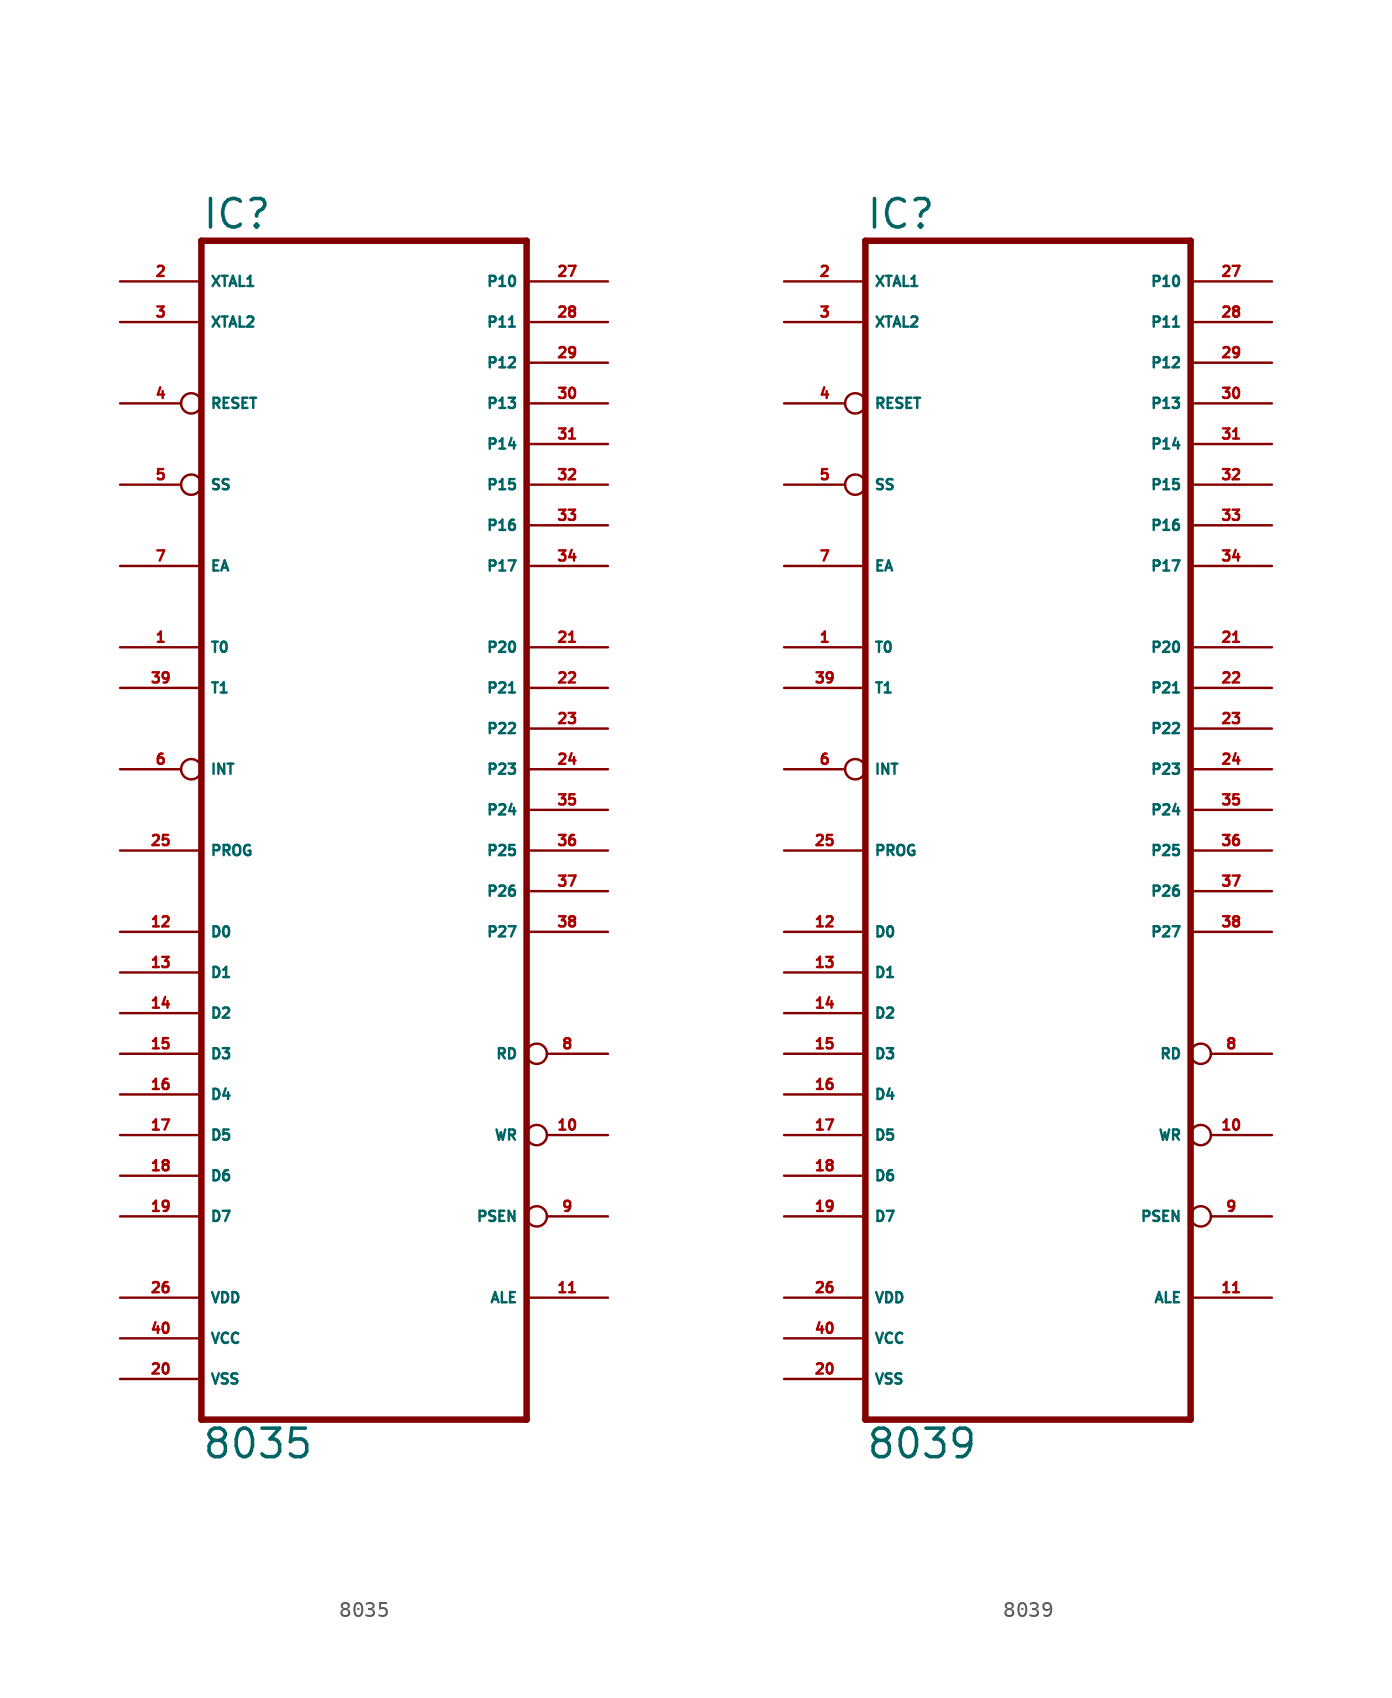
<source format=kicad_sym>
(kicad_symbol_lib
  (version 20220914)
  (generator Eagle2Kicad)
  (symbol "8035"
    (property "Reference" "IC"
      (at -10.16 36.195 0)
      (effects (font (size 1.778 1.778) (thickness 0.22)) (justify left bottom)))
    (property "Value" "8035"
      (at -10.16 -40.64 0)
      (effects (font (size 1.778 1.778) (thickness 0.22)) (justify left bottom)))
    (polyline
      (pts (xy 10.16 35.56) (xy 10.16 -38.1))
      (stroke (width 0.406) (type default))
      (fill (type none)))
    (polyline
      (pts (xy -10.16 -38.1) (xy 10.16 -38.1))
      (stroke (width 0.406) (type default))
      (fill (type none)))
    (polyline
      (pts (xy -10.16 -38.1) (xy -10.16 35.56))
      (stroke (width 0.406) (type default))
      (fill (type none)))
    (polyline
      (pts (xy 10.16 35.56) (xy -10.16 35.56))
      (stroke (width 0.406) (type default))
      (fill (type none)))
    (pin output line
      (at -15.24 30.48 0)
      (length 5.08)
      (name "XTAL2" (effects (font (size 0.635 0.635) (thickness 0.08)) (justify left bottom)))
      (number "3" (effects (font (size 0.635 0.635) (thickness 0.08)) (justify left bottom))))
    (pin input line
      (at -15.24 33.02 0)
      (length 5.08)
      (name "XTAL1" (effects (font (size 0.635 0.635) (thickness 0.08)) (justify left bottom)))
      (number "2" (effects (font (size 0.635 0.635) (thickness 0.08)) (justify left bottom))))
    (pin input line
      (at -15.24 15.24 0)
      (length 5.08)
      (name "EA" (effects (font (size 0.635 0.635) (thickness 0.08)) (justify left bottom)))
      (number "7" (effects (font (size 0.635 0.635) (thickness 0.08)) (justify left bottom))))
    (pin bidirectional line
      (at 15.24 -7.62 180)
      (length 5.08)
      (name "P27" (effects (font (size 0.635 0.635) (thickness 0.08)) (justify left bottom)))
      (number "38" (effects (font (size 0.635 0.635) (thickness 0.08)) (justify left bottom))))
    (pin bidirectional line
      (at 15.24 -5.08 180)
      (length 5.08)
      (name "P26" (effects (font (size 0.635 0.635) (thickness 0.08)) (justify left bottom)))
      (number "37" (effects (font (size 0.635 0.635) (thickness 0.08)) (justify left bottom))))
    (pin bidirectional line
      (at 15.24 -2.54 180)
      (length 5.08)
      (name "P25" (effects (font (size 0.635 0.635) (thickness 0.08)) (justify left bottom)))
      (number "36" (effects (font (size 0.635 0.635) (thickness 0.08)) (justify left bottom))))
    (pin bidirectional line
      (at 15.24 0 180)
      (length 5.08)
      (name "P24" (effects (font (size 0.635 0.635) (thickness 0.08)) (justify left bottom)))
      (number "35" (effects (font (size 0.635 0.635) (thickness 0.08)) (justify left bottom))))
    (pin bidirectional line
      (at 15.24 2.54 180)
      (length 5.08)
      (name "P23" (effects (font (size 0.635 0.635) (thickness 0.08)) (justify left bottom)))
      (number "24" (effects (font (size 0.635 0.635) (thickness 0.08)) (justify left bottom))))
    (pin bidirectional line
      (at 15.24 5.08 180)
      (length 5.08)
      (name "P22" (effects (font (size 0.635 0.635) (thickness 0.08)) (justify left bottom)))
      (number "23" (effects (font (size 0.635 0.635) (thickness 0.08)) (justify left bottom))))
    (pin bidirectional line
      (at 15.24 7.62 180)
      (length 5.08)
      (name "P21" (effects (font (size 0.635 0.635) (thickness 0.08)) (justify left bottom)))
      (number "22" (effects (font (size 0.635 0.635) (thickness 0.08)) (justify left bottom))))
    (pin bidirectional line
      (at 15.24 10.16 180)
      (length 5.08)
      (name "P20" (effects (font (size 0.635 0.635) (thickness 0.08)) (justify left bottom)))
      (number "21" (effects (font (size 0.635 0.635) (thickness 0.08)) (justify left bottom))))
    (pin bidirectional line
      (at -15.24 -25.4 0)
      (length 5.08)
      (name "D7" (effects (font (size 0.635 0.635) (thickness 0.08)) (justify left bottom)))
      (number "19" (effects (font (size 0.635 0.635) (thickness 0.08)) (justify left bottom))))
    (pin bidirectional line
      (at -15.24 -22.86 0)
      (length 5.08)
      (name "D6" (effects (font (size 0.635 0.635) (thickness 0.08)) (justify left bottom)))
      (number "18" (effects (font (size 0.635 0.635) (thickness 0.08)) (justify left bottom))))
    (pin bidirectional line
      (at -15.24 -20.32 0)
      (length 5.08)
      (name "D5" (effects (font (size 0.635 0.635) (thickness 0.08)) (justify left bottom)))
      (number "17" (effects (font (size 0.635 0.635) (thickness 0.08)) (justify left bottom))))
    (pin bidirectional line
      (at -15.24 -17.78 0)
      (length 5.08)
      (name "D4" (effects (font (size 0.635 0.635) (thickness 0.08)) (justify left bottom)))
      (number "16" (effects (font (size 0.635 0.635) (thickness 0.08)) (justify left bottom))))
    (pin bidirectional line
      (at -15.24 -15.24 0)
      (length 5.08)
      (name "D3" (effects (font (size 0.635 0.635) (thickness 0.08)) (justify left bottom)))
      (number "15" (effects (font (size 0.635 0.635) (thickness 0.08)) (justify left bottom))))
    (pin bidirectional line
      (at -15.24 -12.7 0)
      (length 5.08)
      (name "D2" (effects (font (size 0.635 0.635) (thickness 0.08)) (justify left bottom)))
      (number "14" (effects (font (size 0.635 0.635) (thickness 0.08)) (justify left bottom))))
    (pin bidirectional line
      (at -15.24 -10.16 0)
      (length 5.08)
      (name "D1" (effects (font (size 0.635 0.635) (thickness 0.08)) (justify left bottom)))
      (number "13" (effects (font (size 0.635 0.635) (thickness 0.08)) (justify left bottom))))
    (pin bidirectional line
      (at -15.24 -7.62 0)
      (length 5.08)
      (name "D0" (effects (font (size 0.635 0.635) (thickness 0.08)) (justify left bottom)))
      (number "12" (effects (font (size 0.635 0.635) (thickness 0.08)) (justify left bottom))))
    (pin output line
      (at 15.24 -30.48 180)
      (length 5.08)
      (name "ALE" (effects (font (size 0.635 0.635) (thickness 0.08)) (justify left bottom)))
      (number "11" (effects (font (size 0.635 0.635) (thickness 0.08)) (justify left bottom))))
    (pin output inverted
      (at 15.24 -25.4 180)
      (length 5.08)
      (name "PSEN" (effects (font (size 0.635 0.635) (thickness 0.08)) (justify left bottom)))
      (number "9" (effects (font (size 0.635 0.635) (thickness 0.08)) (justify left bottom))))
    (pin output inverted
      (at 15.24 -15.24 180)
      (length 5.08)
      (name "RD" (effects (font (size 0.635 0.635) (thickness 0.08)) (justify left bottom)))
      (number "8" (effects (font (size 0.635 0.635) (thickness 0.08)) (justify left bottom))))
    (pin output inverted
      (at 15.24 -20.32 180)
      (length 5.08)
      (name "WR" (effects (font (size 0.635 0.635) (thickness 0.08)) (justify left bottom)))
      (number "10" (effects (font (size 0.635 0.635) (thickness 0.08)) (justify left bottom))))
    (pin unspecified line
      (at -15.24 -33.02 0)
      (length 5.08)
      (name "VCC" (effects (font (size 0.635 0.635) (thickness 0.08)) (justify left bottom)))
      (number "40" (effects (font (size 0.635 0.635) (thickness 0.08)) (justify left bottom))))
    (pin unspecified line
      (at -15.24 -35.56 0)
      (length 5.08)
      (name "VSS" (effects (font (size 0.635 0.635) (thickness 0.08)) (justify left bottom)))
      (number "20" (effects (font (size 0.635 0.635) (thickness 0.08)) (justify left bottom))))
    (pin bidirectional line
      (at 15.24 30.48 180)
      (length 5.08)
      (name "P11" (effects (font (size 0.635 0.635) (thickness 0.08)) (justify left bottom)))
      (number "28" (effects (font (size 0.635 0.635) (thickness 0.08)) (justify left bottom))))
    (pin input inverted
      (at -15.24 25.4 0)
      (length 5.08)
      (name "RESET" (effects (font (size 0.635 0.635) (thickness 0.08)) (justify left bottom)))
      (number "4" (effects (font (size 0.635 0.635) (thickness 0.08)) (justify left bottom))))
    (pin bidirectional line
      (at 15.24 25.4 180)
      (length 5.08)
      (name "P13" (effects (font (size 0.635 0.635) (thickness 0.08)) (justify left bottom)))
      (number "30" (effects (font (size 0.635 0.635) (thickness 0.08)) (justify left bottom))))
    (pin bidirectional line
      (at 15.24 22.86 180)
      (length 5.08)
      (name "P14" (effects (font (size 0.635 0.635) (thickness 0.08)) (justify left bottom)))
      (number "31" (effects (font (size 0.635 0.635) (thickness 0.08)) (justify left bottom))))
    (pin bidirectional line
      (at 15.24 20.32 180)
      (length 5.08)
      (name "P15" (effects (font (size 0.635 0.635) (thickness 0.08)) (justify left bottom)))
      (number "32" (effects (font (size 0.635 0.635) (thickness 0.08)) (justify left bottom))))
    (pin bidirectional line
      (at 15.24 17.78 180)
      (length 5.08)
      (name "P16" (effects (font (size 0.635 0.635) (thickness 0.08)) (justify left bottom)))
      (number "33" (effects (font (size 0.635 0.635) (thickness 0.08)) (justify left bottom))))
    (pin bidirectional line
      (at 15.24 15.24 180)
      (length 5.08)
      (name "P17" (effects (font (size 0.635 0.635) (thickness 0.08)) (justify left bottom)))
      (number "34" (effects (font (size 0.635 0.635) (thickness 0.08)) (justify left bottom))))
    (pin input line
      (at -15.24 10.16 0)
      (length 5.08)
      (name "T0" (effects (font (size 0.635 0.635) (thickness 0.08)) (justify left bottom)))
      (number "1" (effects (font (size 0.635 0.635) (thickness 0.08)) (justify left bottom))))
    (pin input line
      (at -15.24 7.62 0)
      (length 5.08)
      (name "T1" (effects (font (size 0.635 0.635) (thickness 0.08)) (justify left bottom)))
      (number "39" (effects (font (size 0.635 0.635) (thickness 0.08)) (justify left bottom))))
    (pin input inverted
      (at -15.24 20.32 0)
      (length 5.08)
      (name "SS" (effects (font (size 0.635 0.635) (thickness 0.08)) (justify left bottom)))
      (number "5" (effects (font (size 0.635 0.635) (thickness 0.08)) (justify left bottom))))
    (pin input line
      (at -15.24 -2.54 0)
      (length 5.08)
      (name "PROG" (effects (font (size 0.635 0.635) (thickness 0.08)) (justify left bottom)))
      (number "25" (effects (font (size 0.635 0.635) (thickness 0.08)) (justify left bottom))))
    (pin input inverted
      (at -15.24 2.54 0)
      (length 5.08)
      (name "INT" (effects (font (size 0.635 0.635) (thickness 0.08)) (justify left bottom)))
      (number "6" (effects (font (size 0.635 0.635) (thickness 0.08)) (justify left bottom))))
    (pin bidirectional line
      (at 15.24 27.94 180)
      (length 5.08)
      (name "P12" (effects (font (size 0.635 0.635) (thickness 0.08)) (justify left bottom)))
      (number "29" (effects (font (size 0.635 0.635) (thickness 0.08)) (justify left bottom))))
    (pin bidirectional line
      (at 15.24 33.02 180)
      (length 5.08)
      (name "P10" (effects (font (size 0.635 0.635) (thickness 0.08)) (justify left bottom)))
      (number "27" (effects (font (size 0.635 0.635) (thickness 0.08)) (justify left bottom))))
    (pin unspecified line
      (at -15.24 -30.48 0)
      (length 5.08)
      (name "VDD" (effects (font (size 0.635 0.635) (thickness 0.08)) (justify left bottom)))
      (number "26" (effects (font (size 0.635 0.635) (thickness 0.08)) (justify left bottom)))))
  (symbol "8039"
    (property "Reference" "IC"
      (at -10.16 36.195 0)
      (effects (font (size 1.778 1.778) (thickness 0.22)) (justify left bottom)))
    (property "Value" "8039"
      (at -10.16 -40.64 0)
      (effects (font (size 1.778 1.778) (thickness 0.22)) (justify left bottom)))
    (polyline
      (pts (xy 10.16 35.56) (xy 10.16 -38.1))
      (stroke (width 0.406) (type default))
      (fill (type none)))
    (polyline
      (pts (xy -10.16 -38.1) (xy 10.16 -38.1))
      (stroke (width 0.406) (type default))
      (fill (type none)))
    (polyline
      (pts (xy -10.16 -38.1) (xy -10.16 35.56))
      (stroke (width 0.406) (type default))
      (fill (type none)))
    (polyline
      (pts (xy 10.16 35.56) (xy -10.16 35.56))
      (stroke (width 0.406) (type default))
      (fill (type none)))
    (pin output line
      (at -15.24 30.48 0)
      (length 5.08)
      (name "XTAL2" (effects (font (size 0.635 0.635) (thickness 0.08)) (justify left bottom)))
      (number "3" (effects (font (size 0.635 0.635) (thickness 0.08)) (justify left bottom))))
    (pin input line
      (at -15.24 33.02 0)
      (length 5.08)
      (name "XTAL1" (effects (font (size 0.635 0.635) (thickness 0.08)) (justify left bottom)))
      (number "2" (effects (font (size 0.635 0.635) (thickness 0.08)) (justify left bottom))))
    (pin input line
      (at -15.24 15.24 0)
      (length 5.08)
      (name "EA" (effects (font (size 0.635 0.635) (thickness 0.08)) (justify left bottom)))
      (number "7" (effects (font (size 0.635 0.635) (thickness 0.08)) (justify left bottom))))
    (pin bidirectional line
      (at 15.24 -7.62 180)
      (length 5.08)
      (name "P27" (effects (font (size 0.635 0.635) (thickness 0.08)) (justify left bottom)))
      (number "38" (effects (font (size 0.635 0.635) (thickness 0.08)) (justify left bottom))))
    (pin bidirectional line
      (at 15.24 -5.08 180)
      (length 5.08)
      (name "P26" (effects (font (size 0.635 0.635) (thickness 0.08)) (justify left bottom)))
      (number "37" (effects (font (size 0.635 0.635) (thickness 0.08)) (justify left bottom))))
    (pin bidirectional line
      (at 15.24 -2.54 180)
      (length 5.08)
      (name "P25" (effects (font (size 0.635 0.635) (thickness 0.08)) (justify left bottom)))
      (number "36" (effects (font (size 0.635 0.635) (thickness 0.08)) (justify left bottom))))
    (pin bidirectional line
      (at 15.24 0 180)
      (length 5.08)
      (name "P24" (effects (font (size 0.635 0.635) (thickness 0.08)) (justify left bottom)))
      (number "35" (effects (font (size 0.635 0.635) (thickness 0.08)) (justify left bottom))))
    (pin bidirectional line
      (at 15.24 2.54 180)
      (length 5.08)
      (name "P23" (effects (font (size 0.635 0.635) (thickness 0.08)) (justify left bottom)))
      (number "24" (effects (font (size 0.635 0.635) (thickness 0.08)) (justify left bottom))))
    (pin bidirectional line
      (at 15.24 5.08 180)
      (length 5.08)
      (name "P22" (effects (font (size 0.635 0.635) (thickness 0.08)) (justify left bottom)))
      (number "23" (effects (font (size 0.635 0.635) (thickness 0.08)) (justify left bottom))))
    (pin bidirectional line
      (at 15.24 7.62 180)
      (length 5.08)
      (name "P21" (effects (font (size 0.635 0.635) (thickness 0.08)) (justify left bottom)))
      (number "22" (effects (font (size 0.635 0.635) (thickness 0.08)) (justify left bottom))))
    (pin bidirectional line
      (at 15.24 10.16 180)
      (length 5.08)
      (name "P20" (effects (font (size 0.635 0.635) (thickness 0.08)) (justify left bottom)))
      (number "21" (effects (font (size 0.635 0.635) (thickness 0.08)) (justify left bottom))))
    (pin bidirectional line
      (at -15.24 -25.4 0)
      (length 5.08)
      (name "D7" (effects (font (size 0.635 0.635) (thickness 0.08)) (justify left bottom)))
      (number "19" (effects (font (size 0.635 0.635) (thickness 0.08)) (justify left bottom))))
    (pin bidirectional line
      (at -15.24 -22.86 0)
      (length 5.08)
      (name "D6" (effects (font (size 0.635 0.635) (thickness 0.08)) (justify left bottom)))
      (number "18" (effects (font (size 0.635 0.635) (thickness 0.08)) (justify left bottom))))
    (pin bidirectional line
      (at -15.24 -20.32 0)
      (length 5.08)
      (name "D5" (effects (font (size 0.635 0.635) (thickness 0.08)) (justify left bottom)))
      (number "17" (effects (font (size 0.635 0.635) (thickness 0.08)) (justify left bottom))))
    (pin bidirectional line
      (at -15.24 -17.78 0)
      (length 5.08)
      (name "D4" (effects (font (size 0.635 0.635) (thickness 0.08)) (justify left bottom)))
      (number "16" (effects (font (size 0.635 0.635) (thickness 0.08)) (justify left bottom))))
    (pin bidirectional line
      (at -15.24 -15.24 0)
      (length 5.08)
      (name "D3" (effects (font (size 0.635 0.635) (thickness 0.08)) (justify left bottom)))
      (number "15" (effects (font (size 0.635 0.635) (thickness 0.08)) (justify left bottom))))
    (pin bidirectional line
      (at -15.24 -12.7 0)
      (length 5.08)
      (name "D2" (effects (font (size 0.635 0.635) (thickness 0.08)) (justify left bottom)))
      (number "14" (effects (font (size 0.635 0.635) (thickness 0.08)) (justify left bottom))))
    (pin bidirectional line
      (at -15.24 -10.16 0)
      (length 5.08)
      (name "D1" (effects (font (size 0.635 0.635) (thickness 0.08)) (justify left bottom)))
      (number "13" (effects (font (size 0.635 0.635) (thickness 0.08)) (justify left bottom))))
    (pin bidirectional line
      (at -15.24 -7.62 0)
      (length 5.08)
      (name "D0" (effects (font (size 0.635 0.635) (thickness 0.08)) (justify left bottom)))
      (number "12" (effects (font (size 0.635 0.635) (thickness 0.08)) (justify left bottom))))
    (pin output line
      (at 15.24 -30.48 180)
      (length 5.08)
      (name "ALE" (effects (font (size 0.635 0.635) (thickness 0.08)) (justify left bottom)))
      (number "11" (effects (font (size 0.635 0.635) (thickness 0.08)) (justify left bottom))))
    (pin output inverted
      (at 15.24 -25.4 180)
      (length 5.08)
      (name "PSEN" (effects (font (size 0.635 0.635) (thickness 0.08)) (justify left bottom)))
      (number "9" (effects (font (size 0.635 0.635) (thickness 0.08)) (justify left bottom))))
    (pin output inverted
      (at 15.24 -15.24 180)
      (length 5.08)
      (name "RD" (effects (font (size 0.635 0.635) (thickness 0.08)) (justify left bottom)))
      (number "8" (effects (font (size 0.635 0.635) (thickness 0.08)) (justify left bottom))))
    (pin output inverted
      (at 15.24 -20.32 180)
      (length 5.08)
      (name "WR" (effects (font (size 0.635 0.635) (thickness 0.08)) (justify left bottom)))
      (number "10" (effects (font (size 0.635 0.635) (thickness 0.08)) (justify left bottom))))
    (pin unspecified line
      (at -15.24 -33.02 0)
      (length 5.08)
      (name "VCC" (effects (font (size 0.635 0.635) (thickness 0.08)) (justify left bottom)))
      (number "40" (effects (font (size 0.635 0.635) (thickness 0.08)) (justify left bottom))))
    (pin unspecified line
      (at -15.24 -35.56 0)
      (length 5.08)
      (name "VSS" (effects (font (size 0.635 0.635) (thickness 0.08)) (justify left bottom)))
      (number "20" (effects (font (size 0.635 0.635) (thickness 0.08)) (justify left bottom))))
    (pin bidirectional line
      (at 15.24 30.48 180)
      (length 5.08)
      (name "P11" (effects (font (size 0.635 0.635) (thickness 0.08)) (justify left bottom)))
      (number "28" (effects (font (size 0.635 0.635) (thickness 0.08)) (justify left bottom))))
    (pin input inverted
      (at -15.24 25.4 0)
      (length 5.08)
      (name "RESET" (effects (font (size 0.635 0.635) (thickness 0.08)) (justify left bottom)))
      (number "4" (effects (font (size 0.635 0.635) (thickness 0.08)) (justify left bottom))))
    (pin bidirectional line
      (at 15.24 25.4 180)
      (length 5.08)
      (name "P13" (effects (font (size 0.635 0.635) (thickness 0.08)) (justify left bottom)))
      (number "30" (effects (font (size 0.635 0.635) (thickness 0.08)) (justify left bottom))))
    (pin bidirectional line
      (at 15.24 22.86 180)
      (length 5.08)
      (name "P14" (effects (font (size 0.635 0.635) (thickness 0.08)) (justify left bottom)))
      (number "31" (effects (font (size 0.635 0.635) (thickness 0.08)) (justify left bottom))))
    (pin bidirectional line
      (at 15.24 20.32 180)
      (length 5.08)
      (name "P15" (effects (font (size 0.635 0.635) (thickness 0.08)) (justify left bottom)))
      (number "32" (effects (font (size 0.635 0.635) (thickness 0.08)) (justify left bottom))))
    (pin bidirectional line
      (at 15.24 17.78 180)
      (length 5.08)
      (name "P16" (effects (font (size 0.635 0.635) (thickness 0.08)) (justify left bottom)))
      (number "33" (effects (font (size 0.635 0.635) (thickness 0.08)) (justify left bottom))))
    (pin bidirectional line
      (at 15.24 15.24 180)
      (length 5.08)
      (name "P17" (effects (font (size 0.635 0.635) (thickness 0.08)) (justify left bottom)))
      (number "34" (effects (font (size 0.635 0.635) (thickness 0.08)) (justify left bottom))))
    (pin input line
      (at -15.24 10.16 0)
      (length 5.08)
      (name "T0" (effects (font (size 0.635 0.635) (thickness 0.08)) (justify left bottom)))
      (number "1" (effects (font (size 0.635 0.635) (thickness 0.08)) (justify left bottom))))
    (pin input line
      (at -15.24 7.62 0)
      (length 5.08)
      (name "T1" (effects (font (size 0.635 0.635) (thickness 0.08)) (justify left bottom)))
      (number "39" (effects (font (size 0.635 0.635) (thickness 0.08)) (justify left bottom))))
    (pin input inverted
      (at -15.24 20.32 0)
      (length 5.08)
      (name "SS" (effects (font (size 0.635 0.635) (thickness 0.08)) (justify left bottom)))
      (number "5" (effects (font (size 0.635 0.635) (thickness 0.08)) (justify left bottom))))
    (pin input line
      (at -15.24 -2.54 0)
      (length 5.08)
      (name "PROG" (effects (font (size 0.635 0.635) (thickness 0.08)) (justify left bottom)))
      (number "25" (effects (font (size 0.635 0.635) (thickness 0.08)) (justify left bottom))))
    (pin input inverted
      (at -15.24 2.54 0)
      (length 5.08)
      (name "INT" (effects (font (size 0.635 0.635) (thickness 0.08)) (justify left bottom)))
      (number "6" (effects (font (size 0.635 0.635) (thickness 0.08)) (justify left bottom))))
    (pin bidirectional line
      (at 15.24 27.94 180)
      (length 5.08)
      (name "P12" (effects (font (size 0.635 0.635) (thickness 0.08)) (justify left bottom)))
      (number "29" (effects (font (size 0.635 0.635) (thickness 0.08)) (justify left bottom))))
    (pin bidirectional line
      (at 15.24 33.02 180)
      (length 5.08)
      (name "P10" (effects (font (size 0.635 0.635) (thickness 0.08)) (justify left bottom)))
      (number "27" (effects (font (size 0.635 0.635) (thickness 0.08)) (justify left bottom))))
    (pin unspecified line
      (at -15.24 -30.48 0)
      (length 5.08)
      (name "VDD" (effects (font (size 0.635 0.635) (thickness 0.08)) (justify left bottom)))
      (number "26" (effects (font (size 0.635 0.635) (thickness 0.08)) (justify left bottom))))))
</source>
